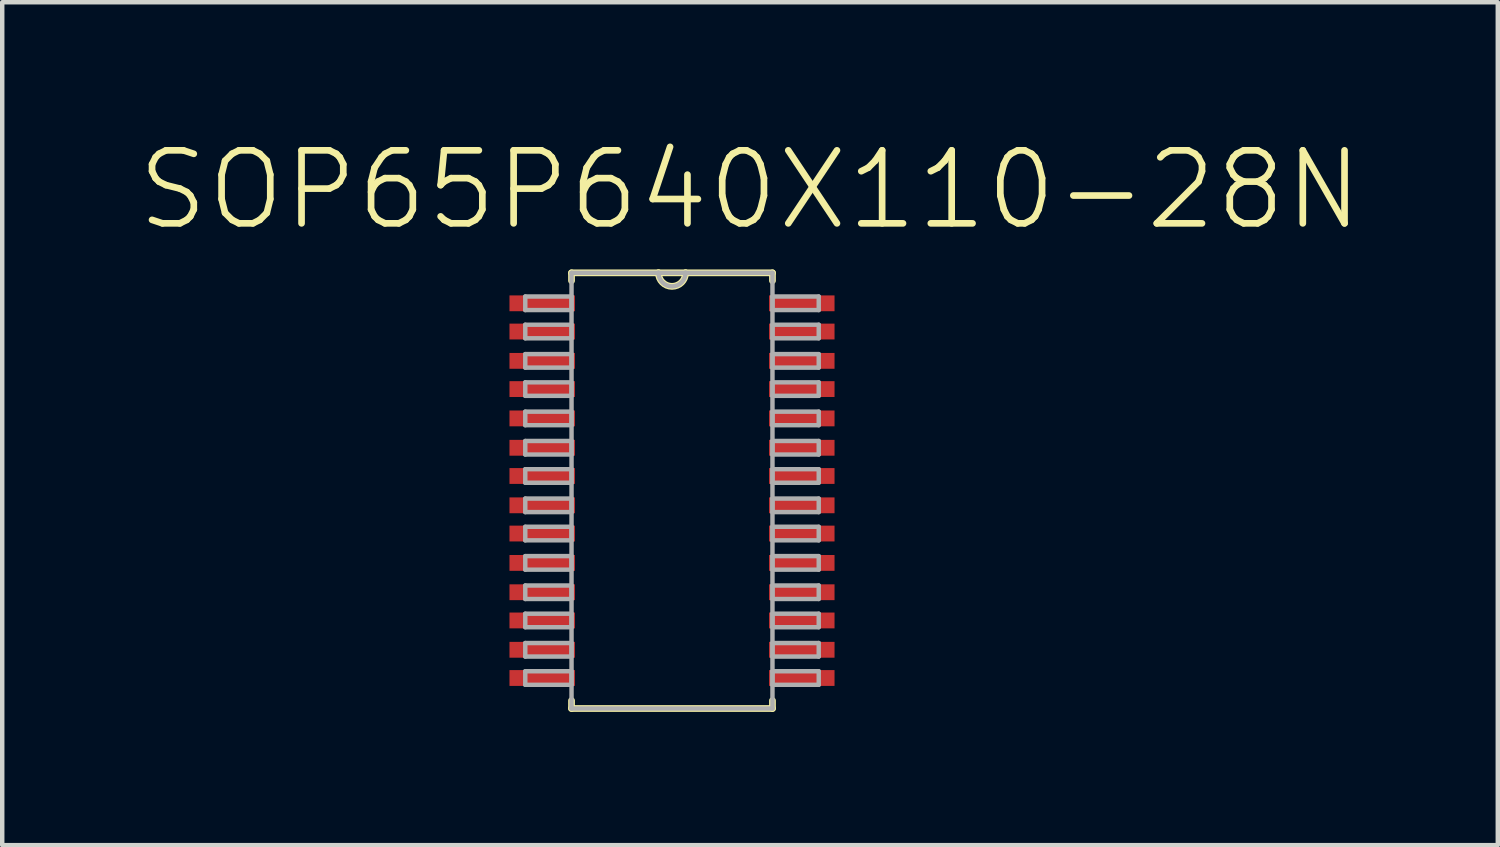
<source format=kicad_pcb>
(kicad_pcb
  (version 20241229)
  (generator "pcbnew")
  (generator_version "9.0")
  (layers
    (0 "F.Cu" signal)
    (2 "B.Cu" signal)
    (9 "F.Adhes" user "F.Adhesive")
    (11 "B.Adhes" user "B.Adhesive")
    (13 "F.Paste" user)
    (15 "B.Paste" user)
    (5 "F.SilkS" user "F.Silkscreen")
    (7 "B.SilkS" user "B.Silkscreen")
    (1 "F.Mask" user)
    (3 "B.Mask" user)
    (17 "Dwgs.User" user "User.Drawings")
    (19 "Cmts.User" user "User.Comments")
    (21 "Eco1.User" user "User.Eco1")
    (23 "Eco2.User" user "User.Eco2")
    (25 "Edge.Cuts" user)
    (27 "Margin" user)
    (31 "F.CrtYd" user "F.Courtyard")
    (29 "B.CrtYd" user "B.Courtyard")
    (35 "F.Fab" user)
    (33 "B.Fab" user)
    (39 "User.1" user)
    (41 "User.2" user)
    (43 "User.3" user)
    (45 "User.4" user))
  (footprint "SOP65P640X110-28N"
    (layer "F.Cu")
    (at 12.073 7.992)
    (property "Reference" "SOP65P640X110-28N" (at 1.756 -6.768 0) (layer "F.SilkS") (effects (font (size 1.643 1.643) (thickness 0.15))))
    (attr smd)
    (fp_line (start -2.261 -4.902) (end -2.261 -4.724) (stroke (width 0.152) (type solid)) (layer "F.SilkS"))
    (fp_line (start -2.261 4.724) (end -2.261 4.902) (stroke (width 0.152) (type solid)) (layer "F.SilkS"))
    (fp_line (start -2.261 4.902) (end 2.261 4.902) (stroke (width 0.152) (type solid)) (layer "F.SilkS"))
    (fp_line (start -0.305 -4.902) (end -2.261 -4.902) (stroke (width 0.152) (type solid)) (layer "F.SilkS"))
    (fp_line (start 0.305 -4.902) (end -0.305 -4.902) (stroke (width 0.152) (type solid)) (layer "F.SilkS"))
    (fp_line (start 2.261 -4.902) (end 0.305 -4.902) (stroke (width 0.152) (type solid)) (layer "F.SilkS"))
    (fp_line (start 2.261 -4.724) (end 2.261 -4.902) (stroke (width 0.152) (type solid)) (layer "F.SilkS"))
    (fp_line (start 2.261 4.902) (end 2.261 4.724) (stroke (width 0.152) (type solid)) (layer "F.SilkS"))
    (fp_arc (start 0.3048 -4.9022) (mid 0 -4.5974) (end -0.3048 -4.9022) (stroke (width 0.1524) (type solid)) (layer "F.SilkS"))
    (fp_line (start -3.302 -4.369) (end -3.302 -4.064) (stroke (width 0.1) (type solid)) (layer "F.Fab"))
    (fp_line (start -3.302 -4.064) (end -2.261 -4.064) (stroke (width 0.1) (type solid)) (layer "F.Fab"))
    (fp_line (start -3.302 -3.734) (end -3.302 -3.429) (stroke (width 0.1) (type solid)) (layer "F.Fab"))
    (fp_line (start -3.302 -3.429) (end -2.261 -3.429) (stroke (width 0.1) (type solid)) (layer "F.Fab"))
    (fp_line (start -3.302 -3.073) (end -3.302 -2.769) (stroke (width 0.1) (type solid)) (layer "F.Fab"))
    (fp_line (start -3.302 -2.769) (end -2.261 -2.769) (stroke (width 0.1) (type solid)) (layer "F.Fab"))
    (fp_line (start -3.302 -2.438) (end -3.302 -2.134) (stroke (width 0.1) (type solid)) (layer "F.Fab"))
    (fp_line (start -3.302 -2.134) (end -2.261 -2.134) (stroke (width 0.1) (type solid)) (layer "F.Fab"))
    (fp_line (start -3.302 -1.778) (end -3.302 -1.473) (stroke (width 0.1) (type solid)) (layer "F.Fab"))
    (fp_line (start -3.302 -1.473) (end -2.261 -1.473) (stroke (width 0.1) (type solid)) (layer "F.Fab"))
    (fp_line (start -3.302 -1.118) (end -3.302 -0.813) (stroke (width 0.1) (type solid)) (layer "F.Fab"))
    (fp_line (start -3.302 -0.813) (end -2.261 -0.813) (stroke (width 0.1) (type solid)) (layer "F.Fab"))
    (fp_line (start -3.302 -0.483) (end -3.302 -0.178) (stroke (width 0.1) (type solid)) (layer "F.Fab"))
    (fp_line (start -3.302 -0.178) (end -2.261 -0.178) (stroke (width 0.1) (type solid)) (layer "F.Fab"))
    (fp_line (start -3.302 0.178) (end -3.302 0.483) (stroke (width 0.1) (type solid)) (layer "F.Fab"))
    (fp_line (start -3.302 0.483) (end -2.261 0.483) (stroke (width 0.1) (type solid)) (layer "F.Fab"))
    (fp_line (start -3.302 0.813) (end -3.302 1.118) (stroke (width 0.1) (type solid)) (layer "F.Fab"))
    (fp_line (start -3.302 1.118) (end -2.261 1.118) (stroke (width 0.1) (type solid)) (layer "F.Fab"))
    (fp_line (start -3.302 1.473) (end -3.302 1.778) (stroke (width 0.1) (type solid)) (layer "F.Fab"))
    (fp_line (start -3.302 1.778) (end -2.261 1.778) (stroke (width 0.1) (type solid)) (layer "F.Fab"))
    (fp_line (start -3.302 2.134) (end -3.302 2.438) (stroke (width 0.1) (type solid)) (layer "F.Fab"))
    (fp_line (start -3.302 2.438) (end -2.261 2.438) (stroke (width 0.1) (type solid)) (layer "F.Fab"))
    (fp_line (start -3.302 2.769) (end -3.302 3.073) (stroke (width 0.1) (type solid)) (layer "F.Fab"))
    (fp_line (start -3.302 3.073) (end -2.261 3.073) (stroke (width 0.1) (type solid)) (layer "F.Fab"))
    (fp_line (start -3.302 3.429) (end -3.302 3.734) (stroke (width 0.1) (type solid)) (layer "F.Fab"))
    (fp_line (start -3.302 3.734) (end -2.261 3.734) (stroke (width 0.1) (type solid)) (layer "F.Fab"))
    (fp_line (start -3.302 4.064) (end -3.302 4.369) (stroke (width 0.1) (type solid)) (layer "F.Fab"))
    (fp_line (start -3.302 4.369) (end -2.261 4.369) (stroke (width 0.1) (type solid)) (layer "F.Fab"))
    (fp_line (start -2.261 -4.902) (end -2.261 4.902) (stroke (width 0.1) (type solid)) (layer "F.Fab"))
    (fp_line (start -2.261 -4.369) (end -3.302 -4.369) (stroke (width 0.1) (type solid)) (layer "F.Fab"))
    (fp_line (start -2.261 -4.064) (end -2.261 -4.369) (stroke (width 0.1) (type solid)) (layer "F.Fab"))
    (fp_line (start -2.261 -3.734) (end -3.302 -3.734) (stroke (width 0.1) (type solid)) (layer "F.Fab"))
    (fp_line (start -2.261 -3.429) (end -2.261 -3.734) (stroke (width 0.1) (type solid)) (layer "F.Fab"))
    (fp_line (start -2.261 -3.073) (end -3.302 -3.073) (stroke (width 0.1) (type solid)) (layer "F.Fab"))
    (fp_line (start -2.261 -2.769) (end -2.261 -3.073) (stroke (width 0.1) (type solid)) (layer "F.Fab"))
    (fp_line (start -2.261 -2.438) (end -3.302 -2.438) (stroke (width 0.1) (type solid)) (layer "F.Fab"))
    (fp_line (start -2.261 -2.134) (end -2.261 -2.438) (stroke (width 0.1) (type solid)) (layer "F.Fab"))
    (fp_line (start -2.261 -1.778) (end -3.302 -1.778) (stroke (width 0.1) (type solid)) (layer "F.Fab"))
    (fp_line (start -2.261 -1.473) (end -2.261 -1.778) (stroke (width 0.1) (type solid)) (layer "F.Fab"))
    (fp_line (start -2.261 -1.118) (end -3.302 -1.118) (stroke (width 0.1) (type solid)) (layer "F.Fab"))
    (fp_line (start -2.261 -0.813) (end -2.261 -1.118) (stroke (width 0.1) (type solid)) (layer "F.Fab"))
    (fp_line (start -2.261 -0.483) (end -3.302 -0.483) (stroke (width 0.1) (type solid)) (layer "F.Fab"))
    (fp_line (start -2.261 -0.178) (end -2.261 -0.483) (stroke (width 0.1) (type solid)) (layer "F.Fab"))
    (fp_line (start -2.261 0.178) (end -3.302 0.178) (stroke (width 0.1) (type solid)) (layer "F.Fab"))
    (fp_line (start -2.261 0.483) (end -2.261 0.178) (stroke (width 0.1) (type solid)) (layer "F.Fab"))
    (fp_line (start -2.261 0.813) (end -3.302 0.813) (stroke (width 0.1) (type solid)) (layer "F.Fab"))
    (fp_line (start -2.261 1.118) (end -2.261 0.813) (stroke (width 0.1) (type solid)) (layer "F.Fab"))
    (fp_line (start -2.261 1.473) (end -3.302 1.473) (stroke (width 0.1) (type solid)) (layer "F.Fab"))
    (fp_line (start -2.261 1.778) (end -2.261 1.473) (stroke (width 0.1) (type solid)) (layer "F.Fab"))
    (fp_line (start -2.261 2.134) (end -3.302 2.134) (stroke (width 0.1) (type solid)) (layer "F.Fab"))
    (fp_line (start -2.261 2.438) (end -2.261 2.134) (stroke (width 0.1) (type solid)) (layer "F.Fab"))
    (fp_line (start -2.261 2.769) (end -3.302 2.769) (stroke (width 0.1) (type solid)) (layer "F.Fab"))
    (fp_line (start -2.261 3.073) (end -2.261 2.769) (stroke (width 0.1) (type solid)) (layer "F.Fab"))
    (fp_line (start -2.261 3.429) (end -3.302 3.429) (stroke (width 0.1) (type solid)) (layer "F.Fab"))
    (fp_line (start -2.261 3.734) (end -2.261 3.429) (stroke (width 0.1) (type solid)) (layer "F.Fab"))
    (fp_line (start -2.261 4.064) (end -3.302 4.064) (stroke (width 0.1) (type solid)) (layer "F.Fab"))
    (fp_line (start -2.261 4.369) (end -2.261 4.064) (stroke (width 0.1) (type solid)) (layer "F.Fab"))
    (fp_line (start -2.261 4.902) (end 2.261 4.902) (stroke (width 0.1) (type solid)) (layer "F.Fab"))
    (fp_line (start -0.305 -4.902) (end -2.261 -4.902) (stroke (width 0.1) (type solid)) (layer "F.Fab"))
    (fp_line (start 0.305 -4.902) (end -0.305 -4.902) (stroke (width 0.1) (type solid)) (layer "F.Fab"))
    (fp_line (start 2.261 -4.902) (end 0.305 -4.902) (stroke (width 0.1) (type solid)) (layer "F.Fab"))
    (fp_line (start 2.261 -4.369) (end 2.261 -4.064) (stroke (width 0.1) (type solid)) (layer "F.Fab"))
    (fp_line (start 2.261 -4.064) (end 3.302 -4.064) (stroke (width 0.1) (type solid)) (layer "F.Fab"))
    (fp_line (start 2.261 -3.734) (end 2.261 -3.429) (stroke (width 0.1) (type solid)) (layer "F.Fab"))
    (fp_line (start 2.261 -3.429) (end 3.302 -3.429) (stroke (width 0.1) (type solid)) (layer "F.Fab"))
    (fp_line (start 2.261 -3.073) (end 2.261 -2.769) (stroke (width 0.1) (type solid)) (layer "F.Fab"))
    (fp_line (start 2.261 -2.769) (end 3.302 -2.769) (stroke (width 0.1) (type solid)) (layer "F.Fab"))
    (fp_line (start 2.261 -2.438) (end 2.261 -2.134) (stroke (width 0.1) (type solid)) (layer "F.Fab"))
    (fp_line (start 2.261 -2.134) (end 3.302 -2.134) (stroke (width 0.1) (type solid)) (layer "F.Fab"))
    (fp_line (start 2.261 -1.778) (end 2.261 -1.473) (stroke (width 0.1) (type solid)) (layer "F.Fab"))
    (fp_line (start 2.261 -1.473) (end 3.302 -1.473) (stroke (width 0.1) (type solid)) (layer "F.Fab"))
    (fp_line (start 2.261 -1.118) (end 2.261 -0.813) (stroke (width 0.1) (type solid)) (layer "F.Fab"))
    (fp_line (start 2.261 -0.813) (end 3.302 -0.813) (stroke (width 0.1) (type solid)) (layer "F.Fab"))
    (fp_line (start 2.261 -0.483) (end 2.261 -0.178) (stroke (width 0.1) (type solid)) (layer "F.Fab"))
    (fp_line (start 2.261 -0.178) (end 3.302 -0.178) (stroke (width 0.1) (type solid)) (layer "F.Fab"))
    (fp_line (start 2.261 0.178) (end 2.261 0.483) (stroke (width 0.1) (type solid)) (layer "F.Fab"))
    (fp_line (start 2.261 0.483) (end 3.302 0.483) (stroke (width 0.1) (type solid)) (layer "F.Fab"))
    (fp_line (start 2.261 0.813) (end 2.261 1.118) (stroke (width 0.1) (type solid)) (layer "F.Fab"))
    (fp_line (start 2.261 1.118) (end 3.302 1.118) (stroke (width 0.1) (type solid)) (layer "F.Fab"))
    (fp_line (start 2.261 1.473) (end 2.261 1.778) (stroke (width 0.1) (type solid)) (layer "F.Fab"))
    (fp_line (start 2.261 1.778) (end 3.302 1.778) (stroke (width 0.1) (type solid)) (layer "F.Fab"))
    (fp_line (start 2.261 2.134) (end 2.261 2.438) (stroke (width 0.1) (type solid)) (layer "F.Fab"))
    (fp_line (start 2.261 2.438) (end 3.302 2.438) (stroke (width 0.1) (type solid)) (layer "F.Fab"))
    (fp_line (start 2.261 2.769) (end 2.261 3.073) (stroke (width 0.1) (type solid)) (layer "F.Fab"))
    (fp_line (start 2.261 3.073) (end 3.302 3.073) (stroke (width 0.1) (type solid)) (layer "F.Fab"))
    (fp_line (start 2.261 3.429) (end 2.261 3.734) (stroke (width 0.1) (type solid)) (layer "F.Fab"))
    (fp_line (start 2.261 3.734) (end 3.302 3.734) (stroke (width 0.1) (type solid)) (layer "F.Fab"))
    (fp_line (start 2.261 4.064) (end 2.261 4.369) (stroke (width 0.1) (type solid)) (layer "F.Fab"))
    (fp_line (start 2.261 4.369) (end 3.302 4.369) (stroke (width 0.1) (type solid)) (layer "F.Fab"))
    (fp_line (start 2.261 4.902) (end 2.261 -4.902) (stroke (width 0.1) (type solid)) (layer "F.Fab"))
    (fp_line (start 3.302 -4.369) (end 2.261 -4.369) (stroke (width 0.1) (type solid)) (layer "F.Fab"))
    (fp_line (start 3.302 -4.064) (end 3.302 -4.369) (stroke (width 0.1) (type solid)) (layer "F.Fab"))
    (fp_line (start 3.302 -3.734) (end 2.261 -3.734) (stroke (width 0.1) (type solid)) (layer "F.Fab"))
    (fp_line (start 3.302 -3.429) (end 3.302 -3.734) (stroke (width 0.1) (type solid)) (layer "F.Fab"))
    (fp_line (start 3.302 -3.073) (end 2.261 -3.073) (stroke (width 0.1) (type solid)) (layer "F.Fab"))
    (fp_line (start 3.302 -2.769) (end 3.302 -3.073) (stroke (width 0.1) (type solid)) (layer "F.Fab"))
    (fp_line (start 3.302 -2.438) (end 2.261 -2.438) (stroke (width 0.1) (type solid)) (layer "F.Fab"))
    (fp_line (start 3.302 -2.134) (end 3.302 -2.438) (stroke (width 0.1) (type solid)) (layer "F.Fab"))
    (fp_line (start 3.302 -1.778) (end 2.261 -1.778) (stroke (width 0.1) (type solid)) (layer "F.Fab"))
    (fp_line (start 3.302 -1.473) (end 3.302 -1.778) (stroke (width 0.1) (type solid)) (layer "F.Fab"))
    (fp_line (start 3.302 -1.118) (end 2.261 -1.118) (stroke (width 0.1) (type solid)) (layer "F.Fab"))
    (fp_line (start 3.302 -0.813) (end 3.302 -1.118) (stroke (width 0.1) (type solid)) (layer "F.Fab"))
    (fp_line (start 3.302 -0.483) (end 2.261 -0.483) (stroke (width 0.1) (type solid)) (layer "F.Fab"))
    (fp_line (start 3.302 -0.178) (end 3.302 -0.483) (stroke (width 0.1) (type solid)) (layer "F.Fab"))
    (fp_line (start 3.302 0.178) (end 2.261 0.178) (stroke (width 0.1) (type solid)) (layer "F.Fab"))
    (fp_line (start 3.302 0.483) (end 3.302 0.178) (stroke (width 0.1) (type solid)) (layer "F.Fab"))
    (fp_line (start 3.302 0.813) (end 2.261 0.813) (stroke (width 0.1) (type solid)) (layer "F.Fab"))
    (fp_line (start 3.302 1.118) (end 3.302 0.813) (stroke (width 0.1) (type solid)) (layer "F.Fab"))
    (fp_line (start 3.302 1.473) (end 2.261 1.473) (stroke (width 0.1) (type solid)) (layer "F.Fab"))
    (fp_line (start 3.302 1.778) (end 3.302 1.473) (stroke (width 0.1) (type solid)) (layer "F.Fab"))
    (fp_line (start 3.302 2.134) (end 2.261 2.134) (stroke (width 0.1) (type solid)) (layer "F.Fab"))
    (fp_line (start 3.302 2.438) (end 3.302 2.134) (stroke (width 0.1) (type solid)) (layer "F.Fab"))
    (fp_line (start 3.302 2.769) (end 2.261 2.769) (stroke (width 0.1) (type solid)) (layer "F.Fab"))
    (fp_line (start 3.302 3.073) (end 3.302 2.769) (stroke (width 0.1) (type solid)) (layer "F.Fab"))
    (fp_line (start 3.302 3.429) (end 2.261 3.429) (stroke (width 0.1) (type solid)) (layer "F.Fab"))
    (fp_line (start 3.302 3.734) (end 3.302 3.429) (stroke (width 0.1) (type solid)) (layer "F.Fab"))
    (fp_line (start 3.302 4.064) (end 2.261 4.064) (stroke (width 0.1) (type solid)) (layer "F.Fab"))
    (fp_line (start 3.302 4.369) (end 3.302 4.064) (stroke (width 0.1) (type solid)) (layer "F.Fab"))
    (fp_arc (start 0.3048 -4.9022) (mid 0 -4.5974) (end -0.3048 -4.9022) (stroke (width 0.1) (type solid)) (layer "F.Fab"))
    (pad "1" smd rect (at -2.921 -4.216) (size 1.473 0.356) (layers "F.Cu" "F.Mask" "F.Paste"))
    (pad "2" smd rect (at -2.921 -3.581) (size 1.473 0.356) (layers "F.Cu" "F.Mask" "F.Paste"))
    (pad "3" smd rect (at -2.921 -2.921) (size 1.473 0.356) (layers "F.Cu" "F.Mask" "F.Paste"))
    (pad "4" smd rect (at -2.921 -2.286) (size 1.473 0.356) (layers "F.Cu" "F.Mask" "F.Paste"))
    (pad "5" smd rect (at -2.921 -1.626) (size 1.473 0.356) (layers "F.Cu" "F.Mask" "F.Paste"))
    (pad "6" smd rect (at -2.921 -0.965) (size 1.473 0.356) (layers "F.Cu" "F.Mask" "F.Paste"))
    (pad "7" smd rect (at -2.921 -0.33) (size 1.473 0.356) (layers "F.Cu" "F.Mask" "F.Paste"))
    (pad "8" smd rect (at -2.921 0.33) (size 1.473 0.356) (layers "F.Cu" "F.Mask" "F.Paste"))
    (pad "9" smd rect (at -2.921 0.965) (size 1.473 0.356) (layers "F.Cu" "F.Mask" "F.Paste"))
    (pad "10" smd rect (at -2.921 1.626) (size 1.473 0.356) (layers "F.Cu" "F.Mask" "F.Paste"))
    (pad "11" smd rect (at -2.921 2.286) (size 1.473 0.356) (layers "F.Cu" "F.Mask" "F.Paste"))
    (pad "12" smd rect (at -2.921 2.921) (size 1.473 0.356) (layers "F.Cu" "F.Mask" "F.Paste"))
    (pad "13" smd rect (at -2.921 3.581) (size 1.473 0.356) (layers "F.Cu" "F.Mask" "F.Paste"))
    (pad "14" smd rect (at -2.921 4.216) (size 1.473 0.356) (layers "F.Cu" "F.Mask" "F.Paste"))
    (pad "15" smd rect (at 2.921 4.216) (size 1.473 0.356) (layers "F.Cu" "F.Mask" "F.Paste"))
    (pad "16" smd rect (at 2.921 3.581) (size 1.473 0.356) (layers "F.Cu" "F.Mask" "F.Paste"))
    (pad "17" smd rect (at 2.921 2.921) (size 1.473 0.356) (layers "F.Cu" "F.Mask" "F.Paste"))
    (pad "18" smd rect (at 2.921 2.286) (size 1.473 0.356) (layers "F.Cu" "F.Mask" "F.Paste"))
    (pad "19" smd rect (at 2.921 1.626) (size 1.473 0.356) (layers "F.Cu" "F.Mask" "F.Paste"))
    (pad "20" smd rect (at 2.921 0.965) (size 1.473 0.356) (layers "F.Cu" "F.Mask" "F.Paste"))
    (pad "21" smd rect (at 2.921 0.33) (size 1.473 0.356) (layers "F.Cu" "F.Mask" "F.Paste"))
    (pad "22" smd rect (at 2.921 -0.33) (size 1.473 0.356) (layers "F.Cu" "F.Mask" "F.Paste"))
    (pad "23" smd rect (at 2.921 -0.965) (size 1.473 0.356) (layers "F.Cu" "F.Mask" "F.Paste"))
    (pad "24" smd rect (at 2.921 -1.626) (size 1.473 0.356) (layers "F.Cu" "F.Mask" "F.Paste"))
    (pad "25" smd rect (at 2.921 -2.286) (size 1.473 0.356) (layers "F.Cu" "F.Mask" "F.Paste"))
    (pad "26" smd rect (at 2.921 -2.921) (size 1.473 0.356) (layers "F.Cu" "F.Mask" "F.Paste"))
    (pad "27" smd rect (at 2.921 -3.581) (size 1.473 0.356) (layers "F.Cu" "F.Mask" "F.Paste"))
    (pad "28" smd rect (at 2.921 -4.216) (size 1.473 0.356) (layers "F.Cu" "F.Mask" "F.Paste")))
  (gr_rect
    (start -3 -3)
    (end 30.657 15.97)
    (stroke (width 0.1) (type default))
    (fill no)
    (layer "Edge.Cuts")))
</source>
